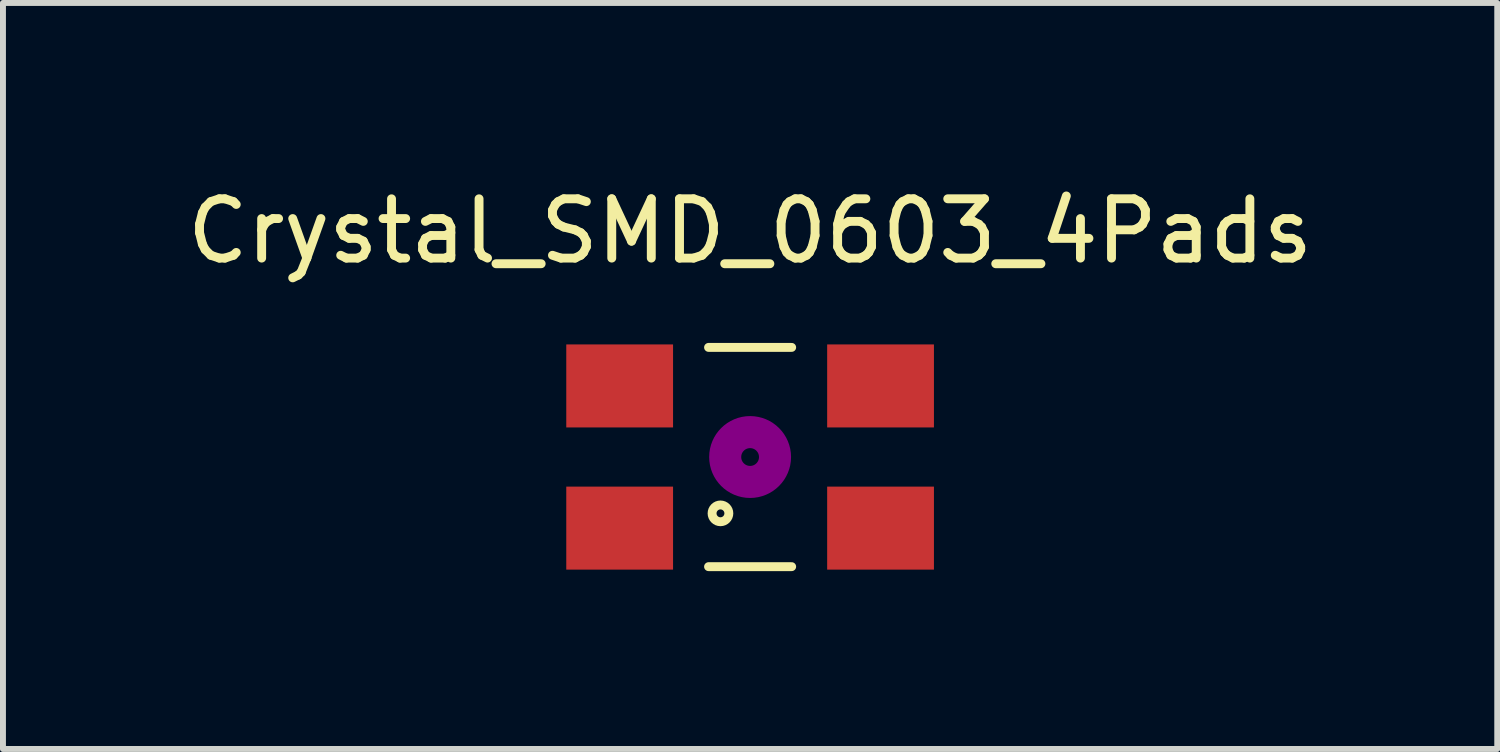
<source format=kicad_pcb>
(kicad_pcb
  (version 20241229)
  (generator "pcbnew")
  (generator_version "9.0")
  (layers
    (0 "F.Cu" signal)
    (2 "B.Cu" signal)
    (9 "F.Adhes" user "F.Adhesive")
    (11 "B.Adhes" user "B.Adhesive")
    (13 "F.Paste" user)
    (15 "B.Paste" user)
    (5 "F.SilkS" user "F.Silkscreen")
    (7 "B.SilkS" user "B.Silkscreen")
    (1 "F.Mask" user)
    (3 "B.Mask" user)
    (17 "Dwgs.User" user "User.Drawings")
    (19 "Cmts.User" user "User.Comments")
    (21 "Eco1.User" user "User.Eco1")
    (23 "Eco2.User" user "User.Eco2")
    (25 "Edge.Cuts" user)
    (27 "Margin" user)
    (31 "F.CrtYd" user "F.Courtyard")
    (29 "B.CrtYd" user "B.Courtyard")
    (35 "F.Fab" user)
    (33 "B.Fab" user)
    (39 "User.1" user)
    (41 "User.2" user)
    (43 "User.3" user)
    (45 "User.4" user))
  (footprint "Crystal_SMD_0603_4Pads"
    (layer "F.Cu")
    (at 9.601 4.658)
    (property "Reference" "Crystal_SMD_0603_4Pads" (at 0 -3.81 0) (layer "F.SilkS") (effects (font (size 1 1) (thickness 0.15))))
    (attr smd)
    (fp_line (start -0.701 -1.849) (end 0.701 -1.849) (stroke (width 0.15) (type solid)) (layer "F.SilkS"))
    (fp_line (start 0.701 1.849) (end -0.701 1.849) (stroke (width 0.15) (type solid)) (layer "F.SilkS"))
    (fp_circle (center -0.5 0.95) (end -0.399 1.049) (stroke (width 0.15) (type solid)) (fill no) (layer "F.SilkS"))
    (fp_circle (center 0 0) (end 0.15 0) (stroke (width 0.381) (type solid)) (fill no) (layer "F.Adhes"))
    (fp_circle (center 0 0) (end 0.5 0) (stroke (width 0.381) (type solid)) (fill no) (layer "F.Adhes"))
    (pad "1" smd rect (at -2.2 1.199) (size 1.801 1.4) (layers "F.Cu" "F.Mask" "F.Paste"))
    (pad "2" smd rect (at 2.2 1.199) (size 1.801 1.4) (layers "F.Cu" "F.Mask" "F.Paste"))
    (pad "3" smd rect (at 2.2 -1.199) (size 1.801 1.4) (layers "F.Cu" "F.Mask" "F.Paste"))
    (pad "4" smd rect (at -2.2 -1.199) (size 1.801 1.4) (layers "F.Cu" "F.Mask" "F.Paste")))
  (gr_rect
    (start -3 -3)
    (end 22.202 9.582)
    (stroke (width 0.1) (type default))
    (fill no)
    (layer "Edge.Cuts")))
</source>
